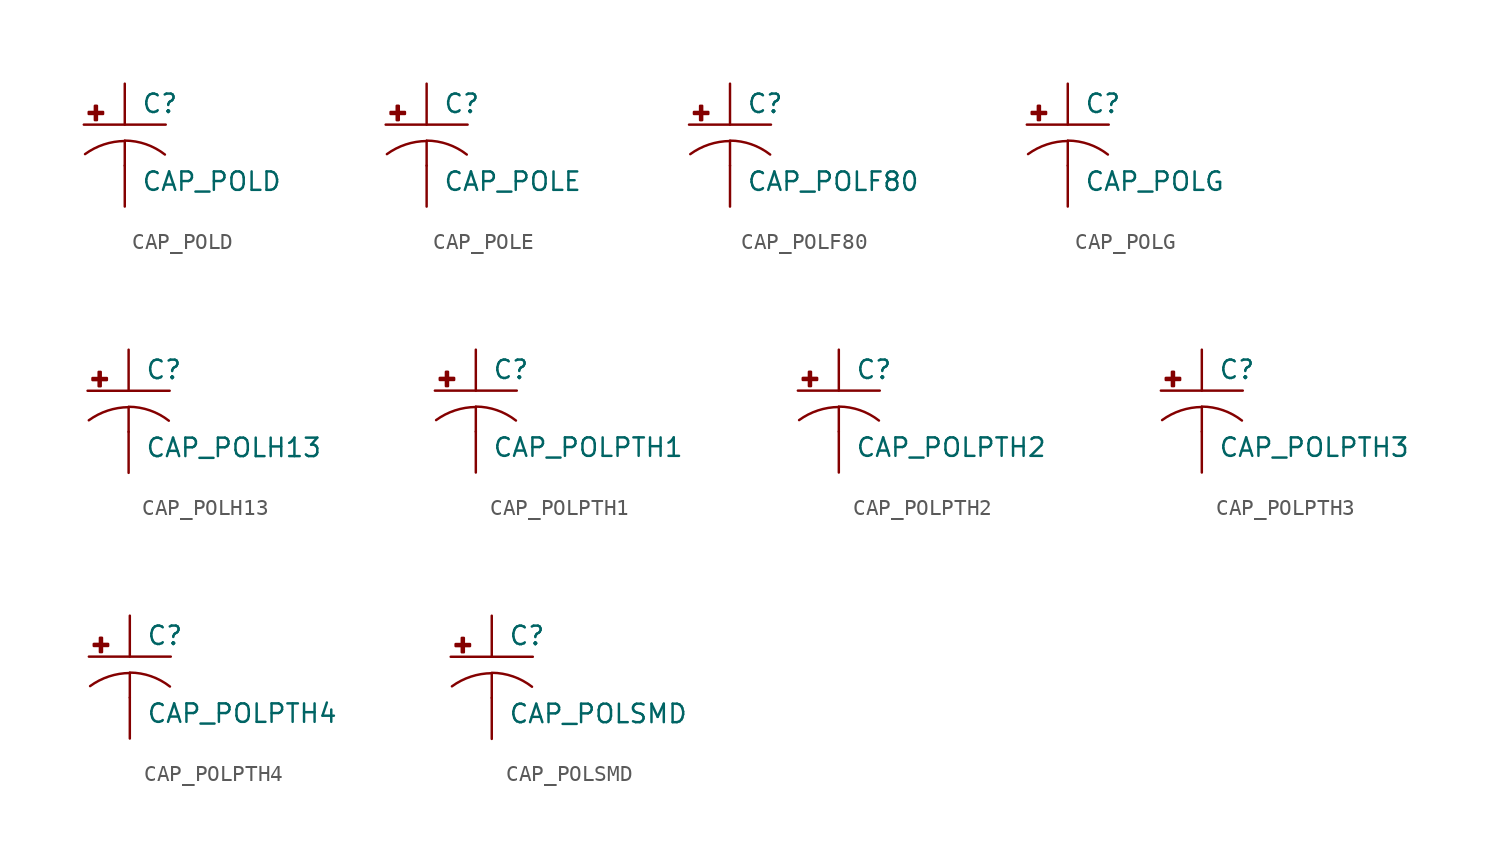
<source format=kicad_sym>
(kicad_symbol_lib
  (version 20211014)
  (generator kicad_symbol_editor)
  (symbol "CAP_POLD"
    (pin_numbers hide)
    (pin_names
      (offset 1.016) hide)
    (property "Reference" "C"
      (at 1.016 0.635 0)
      (effects (font (size 1.143 1.143)) (justify left bottom)))
    (property "Value" "CAP_POLD"
      (at 1.016 -4.191 0)
      (effects (font (size 1.143 1.143)) (justify left bottom)))
    (property "ki_locked" ""
      (at 0 0 0)
      (effects (font (size 1.27 1.27))))
    (symbol "CAP_POLD_1_0"
      (polyline (pts (xy -2.54 0) (xy 2.54 0)) (stroke (width 0) (type default) (color 0 0 0 0)) (fill (type none)))
      (polyline (pts (xy 0 -1.016) (xy 0 -2.54)) (stroke (width 0) (type default) (color 0 0 0 0)) (fill (type none)))
      (polyline (pts (xy 0 -1.016) (xy 0 -1.016)) (stroke (width 0) (type default) (color 0 0 0 0)) (fill (type none))))
    (symbol "CAP_POLD_1_1"
      (rectangle (start -2.235 0.66) (end -1.346 0.787) (stroke (width 0) (type default) (color 0 0 0 0)) (fill (type outline)))
      (rectangle (start -1.854 0.279) (end -1.727 1.168) (stroke (width 0) (type default) (color 0 0 0 0)) (fill (type outline)))
      (arc (start 0 -1.016) (mid -1.2939 -1.2289) (end -2.4638 -1.8288) (stroke (width 0) (type default) (color 0 0 0 0)) (fill (type none)))
      (arc (start 2.4892 -1.8542) (mid 1.3167 -1.2157) (end 0 -0.9906) (stroke (width 0) (type default) (color 0 0 0 0)) (fill (type none)))
      (pin passive line (at 0 2.54 270) (length 2.54) (name "+" (effects (font (size 1.016 1.016)))) (number "+" (effects (font (size 1.016 1.016)))))
      (pin passive line (at 0 -5.08 90) (length 2.54) (name "-" (effects (font (size 1.016 1.016)))) (number "-" (effects (font (size 1.016 1.016)))))))
  (symbol "CAP_POLE"
    (pin_numbers hide)
    (pin_names
      (offset 1.016) hide)
    (property "Reference" "C"
      (at 1.016 0.635 0)
      (effects (font (size 1.143 1.143)) (justify left bottom)))
    (property "Value" "CAP_POLE"
      (at 1.016 -4.191 0)
      (effects (font (size 1.143 1.143)) (justify left bottom)))
    (property "ki_locked" ""
      (at 0 0 0)
      (effects (font (size 1.27 1.27))))
    (symbol "CAP_POLE_1_0"
      (polyline (pts (xy -2.54 0) (xy 2.54 0)) (stroke (width 0) (type default) (color 0 0 0 0)) (fill (type none)))
      (polyline (pts (xy 0 -1.016) (xy 0 -2.54)) (stroke (width 0) (type default) (color 0 0 0 0)) (fill (type none)))
      (polyline (pts (xy 0 -1.016) (xy 0 -1.016)) (stroke (width 0) (type default) (color 0 0 0 0)) (fill (type none))))
    (symbol "CAP_POLE_1_1"
      (rectangle (start -2.235 0.66) (end -1.346 0.787) (stroke (width 0) (type default) (color 0 0 0 0)) (fill (type outline)))
      (rectangle (start -1.854 0.279) (end -1.727 1.168) (stroke (width 0) (type default) (color 0 0 0 0)) (fill (type outline)))
      (arc (start 0 -1.016) (mid -1.2939 -1.2289) (end -2.4638 -1.8288) (stroke (width 0) (type default) (color 0 0 0 0)) (fill (type none)))
      (arc (start 2.4892 -1.8542) (mid 1.3167 -1.2157) (end 0 -0.9906) (stroke (width 0) (type default) (color 0 0 0 0)) (fill (type none)))
      (pin passive line (at 0 2.54 270) (length 2.54) (name "+" (effects (font (size 1.016 1.016)))) (number "+" (effects (font (size 1.016 1.016)))))
      (pin passive line (at 0 -5.08 90) (length 2.54) (name "-" (effects (font (size 1.016 1.016)))) (number "-" (effects (font (size 1.016 1.016)))))))
  (symbol "CAP_POLF80"
    (pin_numbers hide)
    (pin_names
      (offset 1.016) hide)
    (property "Reference" "C"
      (at 1.016 0.635 0)
      (effects (font (size 1.143 1.143)) (justify left bottom)))
    (property "Value" "CAP_POLF80"
      (at 1.016 -4.191 0)
      (effects (font (size 1.143 1.143)) (justify left bottom)))
    (property "ki_locked" ""
      (at 0 0 0)
      (effects (font (size 1.27 1.27))))
    (symbol "CAP_POLF80_1_0"
      (polyline (pts (xy -2.54 0) (xy 2.54 0)) (stroke (width 0) (type default) (color 0 0 0 0)) (fill (type none)))
      (polyline (pts (xy 0 -1.016) (xy 0 -2.54)) (stroke (width 0) (type default) (color 0 0 0 0)) (fill (type none)))
      (polyline (pts (xy 0 -1.016) (xy 0 -1.016)) (stroke (width 0) (type default) (color 0 0 0 0)) (fill (type none))))
    (symbol "CAP_POLF80_1_1"
      (rectangle (start -2.235 0.66) (end -1.346 0.787) (stroke (width 0) (type default) (color 0 0 0 0)) (fill (type outline)))
      (rectangle (start -1.854 0.279) (end -1.727 1.168) (stroke (width 0) (type default) (color 0 0 0 0)) (fill (type outline)))
      (arc (start 0 -1.016) (mid -1.2939 -1.2289) (end -2.4638 -1.8288) (stroke (width 0) (type default) (color 0 0 0 0)) (fill (type none)))
      (arc (start 2.4892 -1.8542) (mid 1.3167 -1.2157) (end 0 -0.9906) (stroke (width 0) (type default) (color 0 0 0 0)) (fill (type none)))
      (pin passive line (at 0 2.54 270) (length 2.54) (name "+" (effects (font (size 1.016 1.016)))) (number "+" (effects (font (size 1.016 1.016)))))
      (pin passive line (at 0 -5.08 90) (length 2.54) (name "-" (effects (font (size 1.016 1.016)))) (number "-" (effects (font (size 1.016 1.016)))))))
  (symbol "CAP_POLG"
    (pin_numbers hide)
    (pin_names
      (offset 1.016) hide)
    (property "Reference" "C"
      (at 1.016 0.635 0)
      (effects (font (size 1.143 1.143)) (justify left bottom)))
    (property "Value" "CAP_POLG"
      (at 1.016 -4.191 0)
      (effects (font (size 1.143 1.143)) (justify left bottom)))
    (property "ki_locked" ""
      (at 0 0 0)
      (effects (font (size 1.27 1.27))))
    (symbol "CAP_POLG_1_0"
      (polyline (pts (xy -2.54 0) (xy 2.54 0)) (stroke (width 0) (type default) (color 0 0 0 0)) (fill (type none)))
      (polyline (pts (xy 0 -1.016) (xy 0 -2.54)) (stroke (width 0) (type default) (color 0 0 0 0)) (fill (type none)))
      (polyline (pts (xy 0 -1.016) (xy 0 -1.016)) (stroke (width 0) (type default) (color 0 0 0 0)) (fill (type none))))
    (symbol "CAP_POLG_1_1"
      (rectangle (start -2.235 0.66) (end -1.346 0.787) (stroke (width 0) (type default) (color 0 0 0 0)) (fill (type outline)))
      (rectangle (start -1.854 0.279) (end -1.727 1.168) (stroke (width 0) (type default) (color 0 0 0 0)) (fill (type outline)))
      (arc (start 0 -1.016) (mid -1.2939 -1.2289) (end -2.4638 -1.8288) (stroke (width 0) (type default) (color 0 0 0 0)) (fill (type none)))
      (arc (start 2.4892 -1.8542) (mid 1.3167 -1.2157) (end 0 -0.9906) (stroke (width 0) (type default) (color 0 0 0 0)) (fill (type none)))
      (pin passive line (at 0 2.54 270) (length 2.54) (name "+" (effects (font (size 1.016 1.016)))) (number "+" (effects (font (size 1.016 1.016)))))
      (pin passive line (at 0 -5.08 90) (length 2.54) (name "-" (effects (font (size 1.016 1.016)))) (number "-" (effects (font (size 1.016 1.016)))))))
  (symbol "CAP_POLH13"
    (pin_numbers hide)
    (pin_names
      (offset 1.016) hide)
    (property "Reference" "C"
      (at 1.016 0.635 0)
      (effects (font (size 1.143 1.143)) (justify left bottom)))
    (property "Value" "CAP_POLH13"
      (at 1.016 -4.191 0)
      (effects (font (size 1.143 1.143)) (justify left bottom)))
    (property "ki_locked" ""
      (at 0 0 0)
      (effects (font (size 1.27 1.27))))
    (symbol "CAP_POLH13_1_0"
      (polyline (pts (xy -2.54 0) (xy 2.54 0)) (stroke (width 0) (type default) (color 0 0 0 0)) (fill (type none)))
      (polyline (pts (xy 0 -1.016) (xy 0 -2.54)) (stroke (width 0) (type default) (color 0 0 0 0)) (fill (type none)))
      (polyline (pts (xy 0 -1.016) (xy 0 -1.016)) (stroke (width 0) (type default) (color 0 0 0 0)) (fill (type none))))
    (symbol "CAP_POLH13_1_1"
      (rectangle (start -2.235 0.66) (end -1.346 0.787) (stroke (width 0) (type default) (color 0 0 0 0)) (fill (type outline)))
      (rectangle (start -1.854 0.279) (end -1.727 1.168) (stroke (width 0) (type default) (color 0 0 0 0)) (fill (type outline)))
      (arc (start 0 -1.016) (mid -1.2939 -1.2289) (end -2.4638 -1.8288) (stroke (width 0) (type default) (color 0 0 0 0)) (fill (type none)))
      (arc (start 2.4892 -1.8542) (mid 1.3167 -1.2157) (end 0 -0.9906) (stroke (width 0) (type default) (color 0 0 0 0)) (fill (type none)))
      (pin passive line (at 0 2.54 270) (length 2.54) (name "+" (effects (font (size 1.016 1.016)))) (number "+" (effects (font (size 1.016 1.016)))))
      (pin passive line (at 0 -5.08 90) (length 2.54) (name "-" (effects (font (size 1.016 1.016)))) (number "-" (effects (font (size 1.016 1.016)))))))
  (symbol "CAP_POLPTH1"
    (pin_numbers hide)
    (pin_names
      (offset 1.016) hide)
    (property "Reference" "C"
      (at 1.016 0.635 0)
      (effects (font (size 1.143 1.143)) (justify left bottom)))
    (property "Value" "CAP_POLPTH1"
      (at 1.016 -4.191 0)
      (effects (font (size 1.143 1.143)) (justify left bottom)))
    (property "ki_locked" ""
      (at 0 0 0)
      (effects (font (size 1.27 1.27))))
    (symbol "CAP_POLPTH1_1_0"
      (polyline (pts (xy -2.54 0) (xy 2.54 0)) (stroke (width 0) (type default) (color 0 0 0 0)) (fill (type none)))
      (polyline (pts (xy 0 -1.016) (xy 0 -2.54)) (stroke (width 0) (type default) (color 0 0 0 0)) (fill (type none)))
      (polyline (pts (xy 0 -1.016) (xy 0 -1.016)) (stroke (width 0) (type default) (color 0 0 0 0)) (fill (type none))))
    (symbol "CAP_POLPTH1_1_1"
      (rectangle (start -2.235 0.66) (end -1.346 0.787) (stroke (width 0) (type default) (color 0 0 0 0)) (fill (type outline)))
      (rectangle (start -1.854 0.279) (end -1.727 1.168) (stroke (width 0) (type default) (color 0 0 0 0)) (fill (type outline)))
      (arc (start 0 -1.016) (mid -1.2939 -1.2289) (end -2.4638 -1.8288) (stroke (width 0) (type default) (color 0 0 0 0)) (fill (type none)))
      (arc (start 2.4892 -1.8542) (mid 1.3167 -1.2157) (end 0 -0.9906) (stroke (width 0) (type default) (color 0 0 0 0)) (fill (type none)))
      (pin passive line (at 0 2.54 270) (length 2.54) (name "+" (effects (font (size 1.016 1.016)))) (number "1" (effects (font (size 1.016 1.016)))))
      (pin passive line (at 0 -5.08 90) (length 2.54) (name "-" (effects (font (size 1.016 1.016)))) (number "2" (effects (font (size 1.016 1.016)))))))
  (symbol "CAP_POLPTH2"
    (pin_numbers hide)
    (pin_names
      (offset 1.016) hide)
    (property "Reference" "C"
      (at 1.016 0.635 0)
      (effects (font (size 1.143 1.143)) (justify left bottom)))
    (property "Value" "CAP_POLPTH2"
      (at 1.016 -4.191 0)
      (effects (font (size 1.143 1.143)) (justify left bottom)))
    (property "ki_locked" ""
      (at 0 0 0)
      (effects (font (size 1.27 1.27))))
    (symbol "CAP_POLPTH2_1_0"
      (polyline (pts (xy -2.54 0) (xy 2.54 0)) (stroke (width 0) (type default) (color 0 0 0 0)) (fill (type none)))
      (polyline (pts (xy 0 -1.016) (xy 0 -2.54)) (stroke (width 0) (type default) (color 0 0 0 0)) (fill (type none)))
      (polyline (pts (xy 0 -1.016) (xy 0 -1.016)) (stroke (width 0) (type default) (color 0 0 0 0)) (fill (type none))))
    (symbol "CAP_POLPTH2_1_1"
      (rectangle (start -2.235 0.66) (end -1.346 0.787) (stroke (width 0) (type default) (color 0 0 0 0)) (fill (type outline)))
      (rectangle (start -1.854 0.279) (end -1.727 1.168) (stroke (width 0) (type default) (color 0 0 0 0)) (fill (type outline)))
      (arc (start 0 -1.016) (mid -1.2939 -1.2289) (end -2.4638 -1.8288) (stroke (width 0) (type default) (color 0 0 0 0)) (fill (type none)))
      (arc (start 2.4892 -1.8542) (mid 1.3167 -1.2157) (end 0 -0.9906) (stroke (width 0) (type default) (color 0 0 0 0)) (fill (type none)))
      (pin passive line (at 0 2.54 270) (length 2.54) (name "+" (effects (font (size 1.016 1.016)))) (number "1" (effects (font (size 1.016 1.016)))))
      (pin passive line (at 0 -5.08 90) (length 2.54) (name "-" (effects (font (size 1.016 1.016)))) (number "2" (effects (font (size 1.016 1.016)))))))
  (symbol "CAP_POLPTH3"
    (pin_numbers hide)
    (pin_names
      (offset 1.016) hide)
    (property "Reference" "C"
      (at 1.016 0.635 0)
      (effects (font (size 1.143 1.143)) (justify left bottom)))
    (property "Value" "CAP_POLPTH3"
      (at 1.016 -4.191 0)
      (effects (font (size 1.143 1.143)) (justify left bottom)))
    (property "ki_locked" ""
      (at 0 0 0)
      (effects (font (size 1.27 1.27))))
    (symbol "CAP_POLPTH3_1_0"
      (polyline (pts (xy -2.54 0) (xy 2.54 0)) (stroke (width 0) (type default) (color 0 0 0 0)) (fill (type none)))
      (polyline (pts (xy 0 -1.016) (xy 0 -2.54)) (stroke (width 0) (type default) (color 0 0 0 0)) (fill (type none)))
      (polyline (pts (xy 0 -1.016) (xy 0 -1.016)) (stroke (width 0) (type default) (color 0 0 0 0)) (fill (type none))))
    (symbol "CAP_POLPTH3_1_1"
      (rectangle (start -2.235 0.66) (end -1.346 0.787) (stroke (width 0) (type default) (color 0 0 0 0)) (fill (type outline)))
      (rectangle (start -1.854 0.279) (end -1.727 1.168) (stroke (width 0) (type default) (color 0 0 0 0)) (fill (type outline)))
      (arc (start 0 -1.016) (mid -1.2939 -1.2289) (end -2.4638 -1.8288) (stroke (width 0) (type default) (color 0 0 0 0)) (fill (type none)))
      (arc (start 2.4892 -1.8542) (mid 1.3167 -1.2157) (end 0 -0.9906) (stroke (width 0) (type default) (color 0 0 0 0)) (fill (type none)))
      (pin passive line (at 0 2.54 270) (length 2.54) (name "+" (effects (font (size 1.016 1.016)))) (number "1" (effects (font (size 1.016 1.016)))))
      (pin passive line (at 0 -5.08 90) (length 2.54) (name "-" (effects (font (size 1.016 1.016)))) (number "2" (effects (font (size 1.016 1.016)))))))
  (symbol "CAP_POLPTH4"
    (pin_numbers hide)
    (pin_names
      (offset 1.016) hide)
    (property "Reference" "C"
      (at 1.016 0.635 0)
      (effects (font (size 1.143 1.143)) (justify left bottom)))
    (property "Value" "CAP_POLPTH4"
      (at 1.016 -4.191 0)
      (effects (font (size 1.143 1.143)) (justify left bottom)))
    (property "ki_locked" ""
      (at 0 0 0)
      (effects (font (size 1.27 1.27))))
    (symbol "CAP_POLPTH4_1_0"
      (polyline (pts (xy -2.54 0) (xy 2.54 0)) (stroke (width 0) (type default) (color 0 0 0 0)) (fill (type none)))
      (polyline (pts (xy 0 -1.016) (xy 0 -2.54)) (stroke (width 0) (type default) (color 0 0 0 0)) (fill (type none)))
      (polyline (pts (xy 0 -1.016) (xy 0 -1.016)) (stroke (width 0) (type default) (color 0 0 0 0)) (fill (type none))))
    (symbol "CAP_POLPTH4_1_1"
      (rectangle (start -2.235 0.66) (end -1.346 0.787) (stroke (width 0) (type default) (color 0 0 0 0)) (fill (type outline)))
      (rectangle (start -1.854 0.279) (end -1.727 1.168) (stroke (width 0) (type default) (color 0 0 0 0)) (fill (type outline)))
      (arc (start 0 -1.016) (mid -1.2939 -1.2289) (end -2.4638 -1.8288) (stroke (width 0) (type default) (color 0 0 0 0)) (fill (type none)))
      (arc (start 2.4892 -1.8542) (mid 1.3167 -1.2157) (end 0 -0.9906) (stroke (width 0) (type default) (color 0 0 0 0)) (fill (type none)))
      (pin passive line (at 0 2.54 270) (length 2.54) (name "+" (effects (font (size 1.016 1.016)))) (number "1" (effects (font (size 1.016 1.016)))))
      (pin passive line (at 0 -5.08 90) (length 2.54) (name "-" (effects (font (size 1.016 1.016)))) (number "2" (effects (font (size 1.016 1.016)))))))
  (symbol "CAP_POLSMD"
    (pin_numbers hide)
    (pin_names
      (offset 1.016) hide)
    (property "Reference" "C"
      (at 1.016 0.635 0)
      (effects (font (size 1.143 1.143)) (justify left bottom)))
    (property "Value" "CAP_POLSMD"
      (at 1.016 -4.191 0)
      (effects (font (size 1.143 1.143)) (justify left bottom)))
    (property "ki_locked" ""
      (at 0 0 0)
      (effects (font (size 1.27 1.27))))
    (symbol "CAP_POLSMD_1_0"
      (polyline (pts (xy -2.54 0) (xy 2.54 0)) (stroke (width 0) (type default) (color 0 0 0 0)) (fill (type none)))
      (polyline (pts (xy 0 -1.016) (xy 0 -2.54)) (stroke (width 0) (type default) (color 0 0 0 0)) (fill (type none)))
      (polyline (pts (xy 0 -1.016) (xy 0 -1.016)) (stroke (width 0) (type default) (color 0 0 0 0)) (fill (type none))))
    (symbol "CAP_POLSMD_1_1"
      (rectangle (start -2.235 0.66) (end -1.346 0.787) (stroke (width 0) (type default) (color 0 0 0 0)) (fill (type outline)))
      (rectangle (start -1.854 0.279) (end -1.727 1.168) (stroke (width 0) (type default) (color 0 0 0 0)) (fill (type outline)))
      (arc (start 0 -1.016) (mid -1.2939 -1.2289) (end -2.4638 -1.8288) (stroke (width 0) (type default) (color 0 0 0 0)) (fill (type none)))
      (arc (start 2.4892 -1.8542) (mid 1.3167 -1.2157) (end 0 -0.9906) (stroke (width 0) (type default) (color 0 0 0 0)) (fill (type none)))
      (pin passive line (at 0 2.54 270) (length 2.54) (name "+" (effects (font (size 1.016 1.016)))) (number "+" (effects (font (size 1.016 1.016)))))
      (pin passive line (at 0 -5.08 90) (length 2.54) (name "-" (effects (font (size 1.016 1.016)))) (number "-" (effects (font (size 1.016 1.016))))))))
</source>
